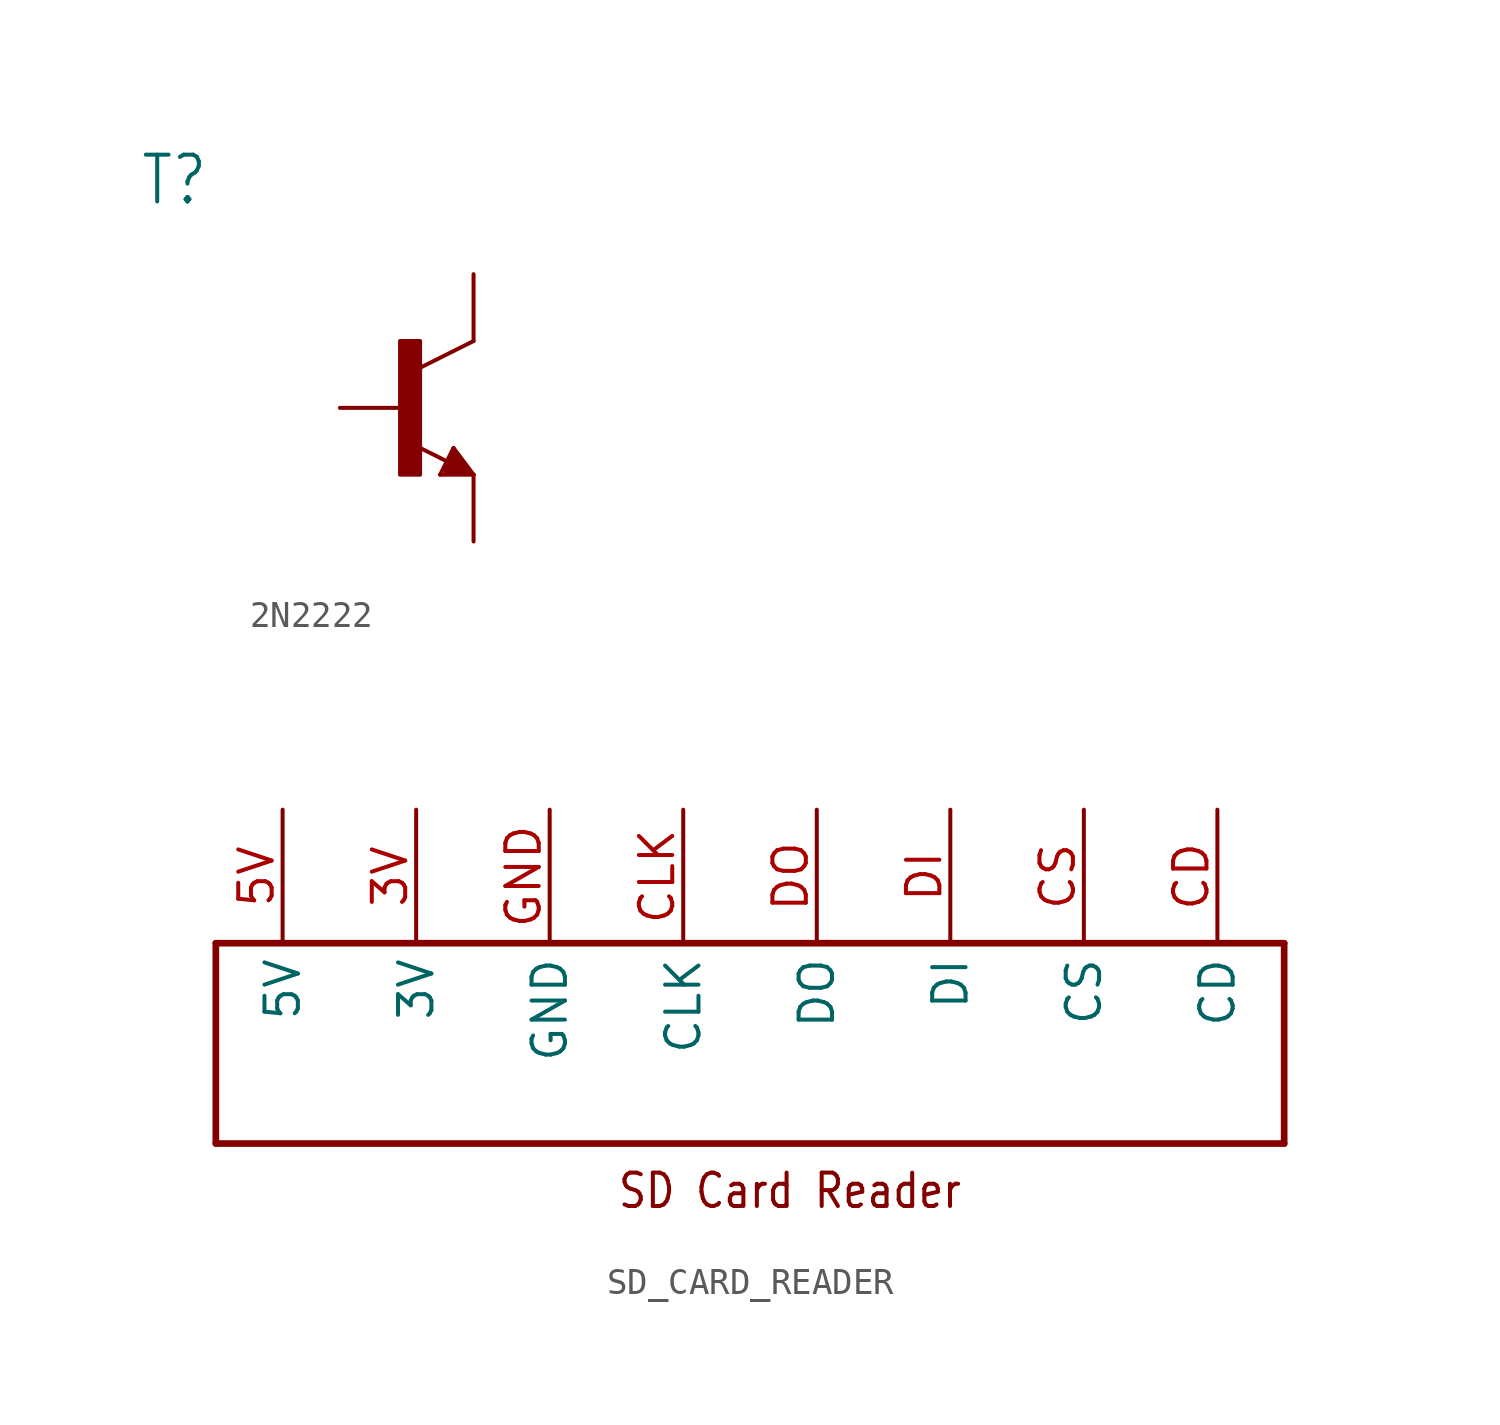
<source format=kicad_sym>
(kicad_symbol_lib
  (version 20231120)
  (generator "kicad_symbol_editor")
  (generator_version "8.0")
  (symbol "2N2222"
    (property "Reference" "T"
      (at -10.16 7.62 0)
      (effects (font (size 1.778 1.511)) (justify left bottom)))
    (property "Value" ""
      (at -10.16 5.08 0)
      (effects (font (size 1.778 1.511)) (justify left bottom)))
    (property "ki_locked" ""
      (at 0 0 0)
      (effects (font (size 1.27 1.27))))
    (symbol "2N2222_1_0"
      (rectangle (start -0.254 -2.54) (end 0.508 2.54) (stroke (width 0) (type default)) (fill (type outline)))
      (polyline (pts (xy 1.27 -2.54) (xy 1.778 -1.524)) (stroke (width 0.152) (type solid)) (fill (type none)))
      (polyline (pts (xy 1.524 -2.413) (xy 2.286 -2.413)) (stroke (width 0.254) (type solid)) (fill (type none)))
      (polyline (pts (xy 1.524 -2.286) (xy 1.905 -2.286)) (stroke (width 0.254) (type solid)) (fill (type none)))
      (polyline (pts (xy 1.54 -2.04) (xy 0.308 -1.424)) (stroke (width 0.152) (type solid)) (fill (type none)))
      (polyline (pts (xy 1.778 -1.778) (xy 1.524 -2.286)) (stroke (width 0.254) (type solid)) (fill (type none)))
      (polyline (pts (xy 1.778 -1.524) (xy 2.54 -2.54)) (stroke (width 0.152) (type solid)) (fill (type none)))
      (polyline (pts (xy 1.905 -2.286) (xy 1.778 -2.032)) (stroke (width 0.254) (type solid)) (fill (type none)))
      (polyline (pts (xy 2.286 -2.413) (xy 1.778 -1.778)) (stroke (width 0.254) (type solid)) (fill (type none)))
      (polyline (pts (xy 2.54 -2.54) (xy 1.27 -2.54)) (stroke (width 0.152) (type solid)) (fill (type none)))
      (polyline (pts (xy 2.54 2.54) (xy 0.508 1.524)) (stroke (width 0.152) (type solid)) (fill (type none)))
      (pin passive line (at -2.54 0 0) (length 2.54) (name "B" (effects (font (size 0 0)))) (number "B" (effects (font (size 0 0)))))
      (pin passive line (at 2.54 5.08 270) (length 2.54) (name "C" (effects (font (size 0 0)))) (number "C" (effects (font (size 0 0)))))
      (pin passive line (at 2.54 -5.08 90) (length 2.54) (name "E" (effects (font (size 0 0)))) (number "E" (effects (font (size 0 0)))))))
  (symbol "SD_CARD_READER"
    (property "Reference" ""
      (at 0 0 0)
      (effects (font (size 1.27 1.27)) (hide yes)))
    (property "ki_locked" ""
      (at 0 0 0)
      (effects (font (size 1.27 1.27))))
    (symbol "SD_CARD_READER_1_0"
      (polyline (pts (xy -20.32 -5.08) (xy -20.32 2.54)) (stroke (width 0.254) (type solid)) (fill (type none)))
      (polyline (pts (xy -20.32 2.54) (xy 20.32 2.54)) (stroke (width 0.254) (type solid)) (fill (type none)))
      (polyline (pts (xy 20.32 -5.08) (xy -20.32 -5.08)) (stroke (width 0.254) (type solid)) (fill (type none)))
      (polyline (pts (xy 20.32 2.54) (xy 20.32 -5.08)) (stroke (width 0.254) (type solid)) (fill (type none)))
      (text "SD Card Reader" (at -5.08 -7.62 0) (effects (font (size 1.27 1.079)) (justify left bottom)))
      (pin power_in line (at -12.7 7.62 270) (length 5.08) (name "3V" (effects (font (size 1.27 1.27)))) (number "3V" (effects (font (size 1.27 1.27)))))
      (pin power_in line (at -17.78 7.62 270) (length 5.08) (name "5V" (effects (font (size 1.27 1.27)))) (number "5V" (effects (font (size 1.27 1.27)))))
      (pin bidirectional line (at 17.78 7.62 270) (length 5.08) (name "CD" (effects (font (size 1.27 1.27)))) (number "CD" (effects (font (size 1.27 1.27)))))
      (pin bidirectional line (at -2.54 7.62 270) (length 5.08) (name "CLK" (effects (font (size 1.27 1.27)))) (number "CLK" (effects (font (size 1.27 1.27)))))
      (pin bidirectional line (at 12.7 7.62 270) (length 5.08) (name "CS" (effects (font (size 1.27 1.27)))) (number "CS" (effects (font (size 1.27 1.27)))))
      (pin bidirectional line (at 7.62 7.62 270) (length 5.08) (name "DI" (effects (font (size 1.27 1.27)))) (number "DI" (effects (font (size 1.27 1.27)))))
      (pin bidirectional line (at 2.54 7.62 270) (length 5.08) (name "DO" (effects (font (size 1.27 1.27)))) (number "DO" (effects (font (size 1.27 1.27)))))
      (pin power_in line (at -7.62 7.62 270) (length 5.08) (name "GND" (effects (font (size 1.27 1.27)))) (number "GND" (effects (font (size 1.27 1.27))))))))
</source>
